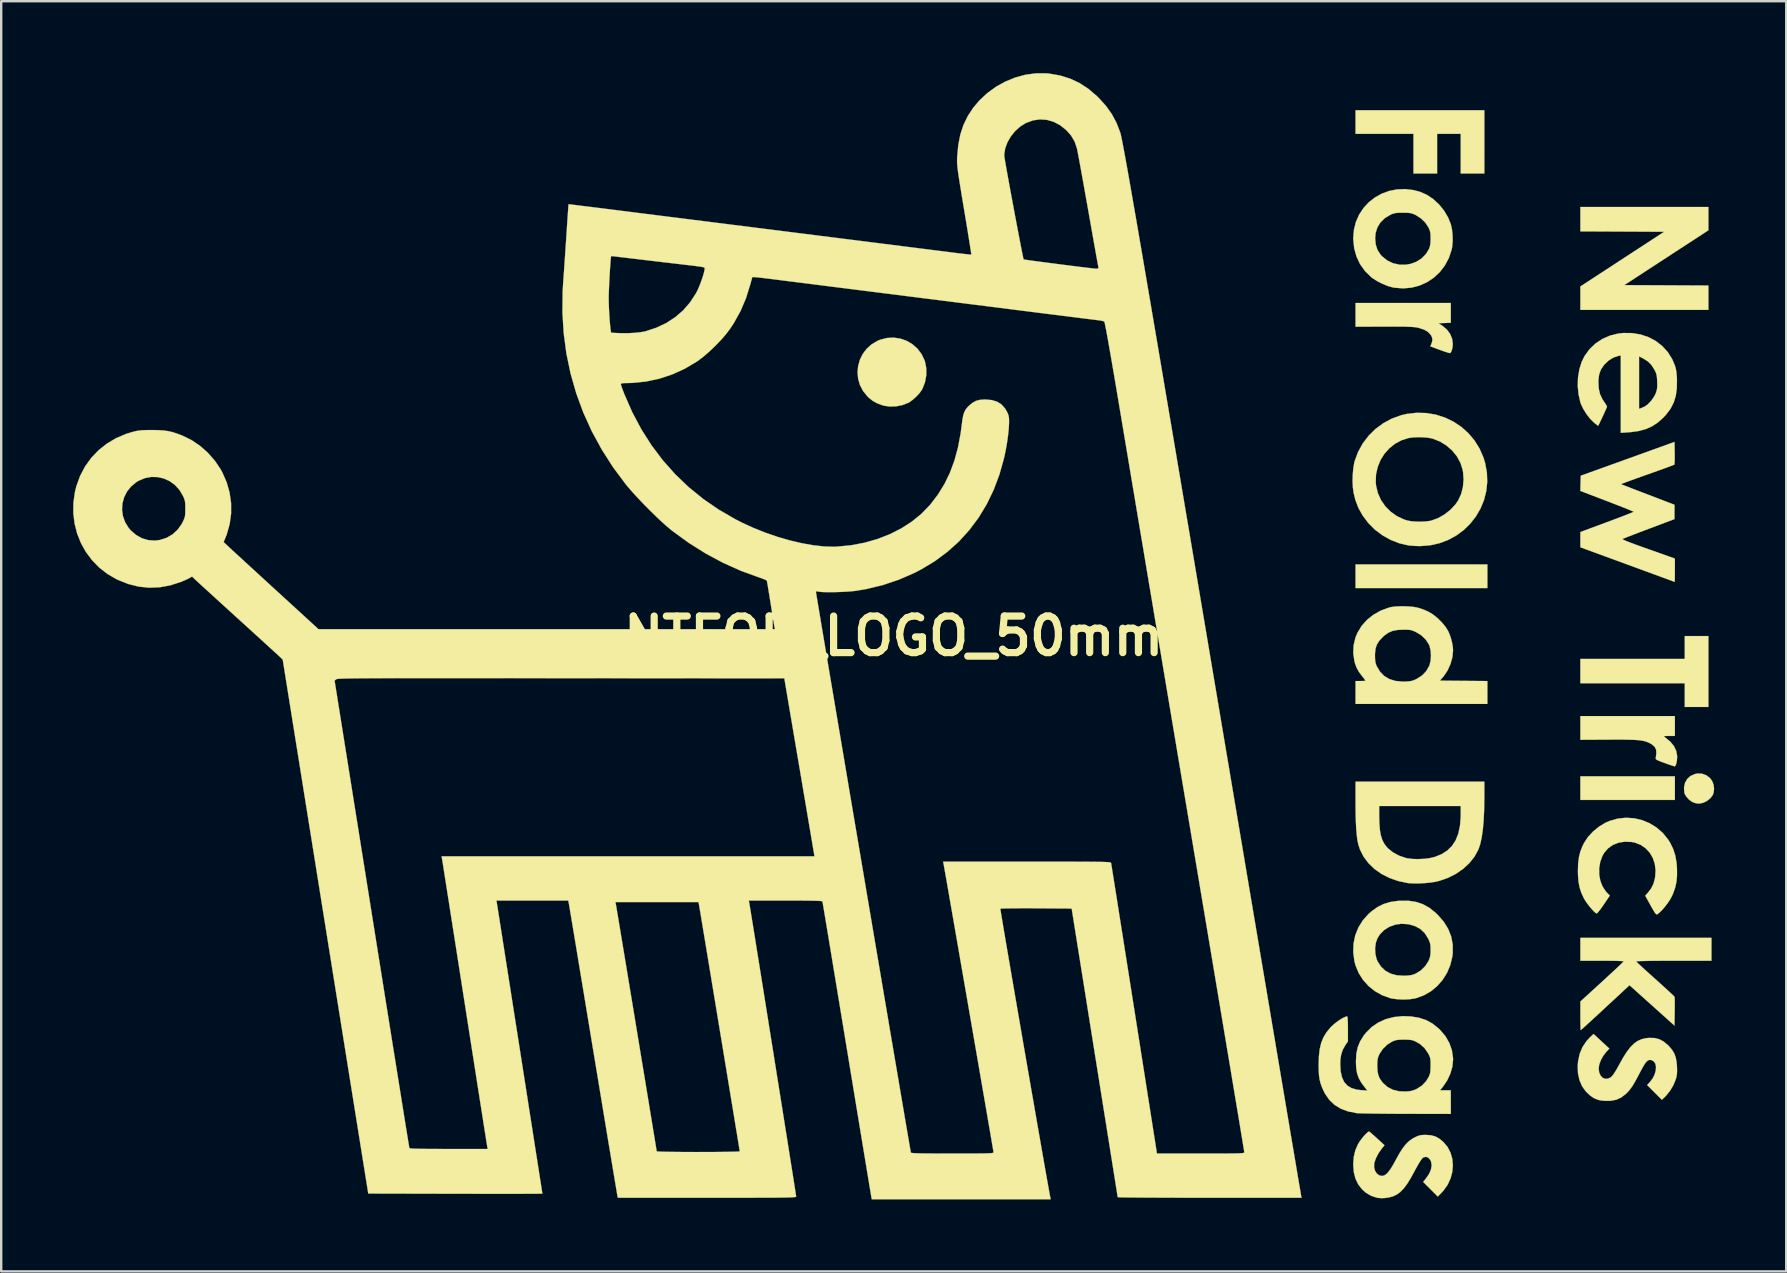
<source format=kicad_pcb>
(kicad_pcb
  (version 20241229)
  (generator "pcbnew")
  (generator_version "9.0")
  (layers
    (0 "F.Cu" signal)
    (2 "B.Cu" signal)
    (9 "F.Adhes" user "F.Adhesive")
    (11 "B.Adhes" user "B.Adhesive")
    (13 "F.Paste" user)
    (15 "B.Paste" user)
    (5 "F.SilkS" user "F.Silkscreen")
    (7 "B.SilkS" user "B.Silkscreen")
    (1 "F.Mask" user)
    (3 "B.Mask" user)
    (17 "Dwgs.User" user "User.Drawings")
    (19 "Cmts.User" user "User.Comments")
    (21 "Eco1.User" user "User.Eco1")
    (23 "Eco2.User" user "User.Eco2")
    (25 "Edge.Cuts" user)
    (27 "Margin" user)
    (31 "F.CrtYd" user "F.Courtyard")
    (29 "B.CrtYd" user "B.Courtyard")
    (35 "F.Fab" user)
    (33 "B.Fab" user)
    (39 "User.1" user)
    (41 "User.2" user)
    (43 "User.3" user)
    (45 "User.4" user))
  (footprint "NTFOD_LOGO_50mm"
    (layer "F.Cu")
    (at 34.182 23.449)
    (property "Reference" "NTFOD_LOGO_50mm" (at 0 0 0) (layer "F.SilkS") (effects (font (size 1.524 1.524) (thickness 0.3))))
    (attr through_hole)
    (fp_poly (pts (xy 24.733 -2) (xy 19.241 -2) (xy 19.241 -2.985) (xy 24.733 -2.985) (xy 24.733 -2)) (stroke (width 0.01) (type solid)) (fill yes) (layer "F.SilkS"))
    (fp_poly (pts (xy 32.544 6.826) (xy 28.607 6.826) (xy 28.607 5.842) (xy 32.544 5.842) (xy 32.544 6.826)) (stroke (width 0.01) (type solid)) (fill yes) (layer "F.SilkS"))
    (fp_poly (pts (xy 33.941 2.953) (xy 32.956 2.953) (xy 32.956 1.968) (xy 28.607 1.968) (xy 28.607 0.953) (xy 32.956 0.953) (xy 32.956 0) (xy 33.941 0) (xy 33.941 2.953)) (stroke (width 0.01) (type solid)) (fill yes) (layer "F.SilkS"))
    (fp_poly (pts (xy 24.606 -19.272) (xy 23.622 -19.272) (xy 23.622 -20.923) (xy 22.638 -20.923) (xy 22.638 -19.272) (xy 21.654 -19.272) (xy 21.654 -20.923) (xy 19.241 -20.923) (xy 19.241 -21.907) (xy 24.606 -21.907) (xy 24.606 -19.272)) (stroke (width 0.01) (type solid)) (fill yes) (layer "F.SilkS"))
    (fp_poly (pts (xy 33.941 -16.906) (xy 32.188 -15.764) (xy 30.435 -14.621) (xy 32.188 -14.613) (xy 33.941 -14.604) (xy 33.941 -13.589) (xy 28.607 -13.589) (xy 28.607 -14.565) (xy 32.098 -16.843) (xy 30.353 -16.852) (xy 28.607 -16.86) (xy 28.607 -17.875) (xy 33.941 -17.875) (xy 33.941 -16.906)) (stroke (width 0.01) (type solid)) (fill yes) (layer "F.SilkS"))
    (fp_poly (pts (xy 33.677 5.734) (xy 33.851 5.798) (xy 34.001 5.91) (xy 34.091 6.027) (xy 34.156 6.188) (xy 34.177 6.366) (xy 34.155 6.536) (xy 34.121 6.625) (xy 34.026 6.752) (xy 33.891 6.863) (xy 33.74 6.939) (xy 33.701 6.95) (xy 33.6 6.973) (xy 33.526 6.979) (xy 33.447 6.968) (xy 33.356 6.946) (xy 33.237 6.891) (xy 33.118 6.798) (xy 33.017 6.685) (xy 32.951 6.569) (xy 32.939 6.526) (xy 32.925 6.31) (xy 32.966 6.118) (xy 33.056 5.956) (xy 33.191 5.832) (xy 33.367 5.751) (xy 33.492 5.725) (xy 33.677 5.734)) (stroke (width 0.01) (type solid)) (fill yes) (layer "F.SilkS"))
    (fp_poly (pts (xy 23.209 -13.052) (xy 22.953 -13.043) (xy 22.696 -13.033) (xy 22.865 -12.922) (xy 23.045 -12.771) (xy 23.179 -12.589) (xy 23.264 -12.385) (xy 23.294 -12.171) (xy 23.271 -11.975) (xy 23.235 -11.864) (xy 23.197 -11.8) (xy 23.177 -11.789) (xy 23.131 -11.797) (xy 23.038 -11.824) (xy 22.912 -11.866) (xy 22.765 -11.918) (xy 22.744 -11.926) (xy 22.357 -12.07) (xy 22.402 -12.177) (xy 22.442 -12.313) (xy 22.433 -12.429) (xy 22.385 -12.532) (xy 22.268 -12.663) (xy 22.097 -12.766) (xy 21.873 -12.84) (xy 21.842 -12.847) (xy 21.768 -12.861) (xy 21.682 -12.872) (xy 21.578 -12.88) (xy 21.448 -12.886) (xy 21.284 -12.891) (xy 21.081 -12.893) (xy 20.831 -12.894) (xy 20.526 -12.893) (xy 20.423 -12.893) (xy 19.241 -12.888) (xy 19.241 -13.875) (xy 23.209 -13.875) (xy 23.209 -13.052)) (stroke (width 0.01) (type solid)) (fill yes) (layer "F.SilkS"))
    (fp_poly (pts (xy 0.279 -12.392) (xy 0.541 -12.3) (xy 0.78 -12.159) (xy 0.989 -11.974) (xy 1.16 -11.748) (xy 1.286 -11.485) (xy 1.305 -11.427) (xy 1.358 -11.157) (xy 1.358 -10.872) (xy 1.307 -10.589) (xy 1.207 -10.325) (xy 1.166 -10.248) (xy 1.074 -10.121) (xy 0.948 -9.984) (xy 0.806 -9.855) (xy 0.669 -9.753) (xy 0.61 -9.719) (xy 0.367 -9.624) (xy 0.102 -9.571) (xy -0.166 -9.562) (xy -0.416 -9.599) (xy -0.476 -9.617) (xy -0.695 -9.7) (xy -0.873 -9.799) (xy -1.036 -9.929) (xy -1.093 -9.984) (xy -1.276 -10.209) (xy -1.405 -10.456) (xy -1.481 -10.716) (xy -1.506 -10.984) (xy -1.482 -11.25) (xy -1.41 -11.508) (xy -1.292 -11.749) (xy -1.129 -11.966) (xy -0.924 -12.152) (xy -0.678 -12.298) (xy -0.568 -12.344) (xy -0.283 -12.418) (xy 0.002 -12.433) (xy 0.279 -12.392)) (stroke (width 0.01) (type solid)) (fill yes) (layer "F.SilkS"))
    (fp_poly (pts (xy 32.544 4.159) (xy 32.298 4.161) (xy 32.175 4.162) (xy 32.108 4.167) (xy 32.086 4.177) (xy 32.101 4.195) (xy 32.131 4.216) (xy 32.345 4.39) (xy 32.502 4.579) (xy 32.6 4.782) (xy 32.638 4.995) (xy 32.639 5.016) (xy 32.631 5.156) (xy 32.612 5.279) (xy 32.583 5.373) (xy 32.549 5.423) (xy 32.534 5.427) (xy 32.491 5.416) (xy 32.401 5.387) (xy 32.277 5.345) (xy 32.132 5.293) (xy 32.115 5.287) (xy 31.955 5.228) (xy 31.846 5.183) (xy 31.781 5.149) (xy 31.75 5.12) (xy 31.745 5.092) (xy 31.745 5.091) (xy 31.755 5.024) (xy 31.768 4.926) (xy 31.772 4.883) (xy 31.764 4.737) (xy 31.705 4.617) (xy 31.589 4.514) (xy 31.499 4.462) (xy 31.419 4.425) (xy 31.335 4.394) (xy 31.243 4.369) (xy 31.134 4.349) (xy 31.002 4.334) (xy 30.841 4.324) (xy 30.643 4.318) (xy 30.402 4.314) (xy 30.11 4.314) (xy 29.774 4.315) (xy 28.607 4.321) (xy 28.607 3.334) (xy 32.544 3.334) (xy 32.544 4.159)) (stroke (width 0.01) (type solid)) (fill yes) (layer "F.SilkS"))
    (fp_poly (pts (xy 24.606 6.707) (xy 24.599 7.222) (xy 24.578 7.675) (xy 24.543 8.069) (xy 24.494 8.404) (xy 24.431 8.682) (xy 24.356 8.898) (xy 24.197 9.188) (xy 23.985 9.456) (xy 23.725 9.696) (xy 23.426 9.903) (xy 23.095 10.071) (xy 22.738 10.196) (xy 22.561 10.238) (xy 22.372 10.268) (xy 22.15 10.29) (xy 21.916 10.303) (xy 21.69 10.305) (xy 21.496 10.297) (xy 21.414 10.288) (xy 21.021 10.206) (xy 20.656 10.079) (xy 20.325 9.911) (xy 20.031 9.704) (xy 19.78 9.463) (xy 19.576 9.192) (xy 19.425 8.894) (xy 19.355 8.679) (xy 19.318 8.504) (xy 19.29 8.282) (xy 19.268 8.011) (xy 19.252 7.687) (xy 19.243 7.306) (xy 19.242 7.08) (xy 20.225 7.08) (xy 20.225 7.485) (xy 20.233 7.808) (xy 20.255 8.077) (xy 20.294 8.301) (xy 20.354 8.488) (xy 20.435 8.648) (xy 20.54 8.788) (xy 20.591 8.842) (xy 20.804 9.014) (xy 21.058 9.15) (xy 21.34 9.245) (xy 21.393 9.257) (xy 21.598 9.284) (xy 21.838 9.292) (xy 22.088 9.281) (xy 22.325 9.252) (xy 22.524 9.207) (xy 22.527 9.207) (xy 22.816 9.091) (xy 23.059 8.938) (xy 23.256 8.746) (xy 23.41 8.511) (xy 23.521 8.233) (xy 23.591 7.908) (xy 23.621 7.536) (xy 23.622 7.431) (xy 23.622 7.08) (xy 20.225 7.08) (xy 19.242 7.08) (xy 19.241 6.914) (xy 19.241 6.064) (xy 24.606 6.064) (xy 24.606 6.707)) (stroke (width 0.01) (type solid)) (fill yes) (layer "F.SilkS"))
    (fp_poly (pts (xy 34.068 13.525) (xy 32.493 13.525) (xy 32.155 13.526) (xy 31.848 13.528) (xy 31.577 13.53) (xy 31.348 13.534) (xy 31.163 13.538) (xy 31.029 13.543) (xy 30.95 13.549) (xy 30.93 13.554) (xy 30.955 13.581) (xy 31.022 13.646) (xy 31.126 13.742) (xy 31.26 13.865) (xy 31.419 14.01) (xy 31.598 14.171) (xy 31.729 14.288) (xy 31.918 14.458) (xy 32.091 14.615) (xy 32.243 14.755) (xy 32.369 14.871) (xy 32.463 14.96) (xy 32.518 15.015) (xy 32.531 15.031) (xy 32.535 15.073) (xy 32.538 15.168) (xy 32.539 15.305) (xy 32.538 15.473) (xy 32.537 15.647) (xy 32.528 16.227) (xy 31.591 15.387) (xy 30.655 14.546) (xy 30.559 14.634) (xy 30.515 14.675) (xy 30.43 14.753) (xy 30.31 14.865) (xy 30.16 15.004) (xy 29.987 15.165) (xy 29.795 15.342) (xy 29.591 15.531) (xy 29.552 15.568) (xy 29.35 15.755) (xy 29.163 15.927) (xy 28.996 16.081) (xy 28.854 16.211) (xy 28.741 16.313) (xy 28.663 16.382) (xy 28.626 16.413) (xy 28.623 16.415) (xy 28.618 16.385) (xy 28.614 16.301) (xy 28.61 16.173) (xy 28.608 16.011) (xy 28.607 15.826) (xy 28.607 15.819) (xy 28.608 15.224) (xy 29.51 14.399) (xy 29.711 14.214) (xy 29.896 14.043) (xy 30.061 13.89) (xy 30.2 13.759) (xy 30.309 13.656) (xy 30.381 13.585) (xy 30.413 13.551) (xy 30.414 13.549) (xy 30.384 13.543) (xy 30.299 13.538) (xy 30.166 13.533) (xy 29.993 13.529) (xy 29.789 13.527) (xy 29.561 13.526) (xy 29.512 13.525) (xy 28.607 13.525) (xy 28.607 12.573) (xy 34.068 12.573) (xy 34.068 13.525)) (stroke (width 0.01) (type solid)) (fill yes) (layer "F.SilkS"))
    (fp_poly (pts (xy 21.454 11.029) (xy 21.769 11.077) (xy 22.056 11.175) (xy 22.323 11.325) (xy 22.58 11.531) (xy 22.67 11.618) (xy 22.918 11.905) (xy 23.103 12.206) (xy 23.227 12.522) (xy 23.289 12.854) (xy 23.29 13.202) (xy 23.273 13.351) (xy 23.19 13.699) (xy 23.055 14.024) (xy 22.872 14.318) (xy 22.647 14.577) (xy 22.385 14.795) (xy 22.091 14.965) (xy 21.77 15.082) (xy 21.717 15.095) (xy 21.497 15.13) (xy 21.245 15.142) (xy 20.988 15.131) (xy 20.754 15.099) (xy 20.68 15.082) (xy 20.352 14.964) (xy 20.05 14.795) (xy 19.782 14.58) (xy 19.554 14.325) (xy 19.371 14.038) (xy 19.241 13.723) (xy 19.193 13.541) (xy 19.145 13.17) (xy 19.151 13.007) (xy 20.055 13.007) (xy 20.066 13.236) (xy 20.116 13.451) (xy 20.159 13.553) (xy 20.304 13.775) (xy 20.486 13.945) (xy 20.705 14.064) (xy 20.963 14.133) (xy 21.258 14.151) (xy 21.273 14.151) (xy 21.436 14.142) (xy 21.559 14.126) (xy 21.663 14.097) (xy 21.749 14.061) (xy 21.96 13.931) (xy 22.14 13.755) (xy 22.274 13.55) (xy 22.283 13.53) (xy 22.328 13.422) (xy 22.353 13.32) (xy 22.365 13.199) (xy 22.367 13.08) (xy 22.365 12.937) (xy 22.353 12.832) (xy 22.327 12.739) (xy 22.28 12.632) (xy 22.263 12.597) (xy 22.125 12.379) (xy 21.949 12.21) (xy 21.732 12.088) (xy 21.471 12.011) (xy 21.418 12.002) (xy 21.145 11.986) (xy 20.884 12.025) (xy 20.643 12.114) (xy 20.431 12.249) (xy 20.256 12.426) (xy 20.152 12.59) (xy 20.084 12.784) (xy 20.055 13.007) (xy 19.151 13.007) (xy 19.158 12.81) (xy 19.229 12.466) (xy 19.358 12.143) (xy 19.543 11.845) (xy 19.781 11.577) (xy 19.916 11.46) (xy 20.161 11.286) (xy 20.413 11.161) (xy 20.684 11.079) (xy 20.992 11.034) (xy 21.101 11.027) (xy 21.454 11.029)) (stroke (width 0.01) (type solid)) (fill yes) (layer "F.SilkS"))
    (fp_poly (pts (xy 30.849 7.591) (xy 31.179 7.668) (xy 31.493 7.798) (xy 31.783 7.977) (xy 32.042 8.203) (xy 32.262 8.475) (xy 32.349 8.613) (xy 32.476 8.874) (xy 32.563 9.147) (xy 32.615 9.449) (xy 32.632 9.688) (xy 32.633 9.989) (xy 32.608 10.251) (xy 32.554 10.492) (xy 32.467 10.732) (xy 32.413 10.851) (xy 32.336 10.989) (xy 32.235 11.139) (xy 32.12 11.288) (xy 32.003 11.423) (xy 31.894 11.529) (xy 31.81 11.591) (xy 31.784 11.596) (xy 31.755 11.578) (xy 31.716 11.531) (xy 31.662 11.447) (xy 31.587 11.318) (xy 31.532 11.218) (xy 31.31 10.816) (xy 31.433 10.676) (xy 31.564 10.502) (xy 31.653 10.316) (xy 31.712 10.097) (xy 31.722 10.041) (xy 31.741 9.755) (xy 31.707 9.486) (xy 31.623 9.239) (xy 31.494 9.021) (xy 31.325 8.839) (xy 31.118 8.698) (xy 30.88 8.605) (xy 30.742 8.578) (xy 30.458 8.566) (xy 30.196 8.608) (xy 29.961 8.702) (xy 29.761 8.843) (xy 29.599 9.031) (xy 29.528 9.153) (xy 29.435 9.405) (xy 29.39 9.671) (xy 29.392 9.939) (xy 29.439 10.197) (xy 29.532 10.434) (xy 29.667 10.638) (xy 29.714 10.689) (xy 29.834 10.811) (xy 29.581 11.184) (xy 29.488 11.318) (xy 29.404 11.43) (xy 29.337 11.512) (xy 29.295 11.554) (xy 29.288 11.557) (xy 29.24 11.532) (xy 29.166 11.466) (xy 29.076 11.37) (xy 28.98 11.254) (xy 28.886 11.131) (xy 28.803 11.01) (xy 28.752 10.923) (xy 28.648 10.698) (xy 28.575 10.472) (xy 28.529 10.23) (xy 28.508 9.954) (xy 28.505 9.779) (xy 28.514 9.479) (xy 28.546 9.222) (xy 28.602 8.99) (xy 28.688 8.767) (xy 28.757 8.626) (xy 28.918 8.378) (xy 29.13 8.147) (xy 29.377 7.943) (xy 29.648 7.778) (xy 29.826 7.7) (xy 30.165 7.604) (xy 30.508 7.569) (xy 30.849 7.591)) (stroke (width 0.01) (type solid)) (fill yes) (layer "F.SilkS"))
    (fp_poly (pts (xy 21.656 -18.58) (xy 21.929 -18.508) (xy 22.214 -18.382) (xy 22.481 -18.202) (xy 22.724 -17.977) (xy 22.934 -17.716) (xy 23.102 -17.428) (xy 23.214 -17.145) (xy 23.259 -16.937) (xy 23.284 -16.696) (xy 23.287 -16.447) (xy 23.267 -16.216) (xy 23.244 -16.097) (xy 23.128 -15.751) (xy 22.962 -15.439) (xy 22.752 -15.165) (xy 22.503 -14.932) (xy 22.221 -14.744) (xy 21.912 -14.605) (xy 21.58 -14.517) (xy 21.232 -14.485) (xy 20.872 -14.512) (xy 20.786 -14.527) (xy 20.587 -14.583) (xy 20.367 -14.672) (xy 20.15 -14.782) (xy 19.96 -14.902) (xy 19.891 -14.955) (xy 19.633 -15.209) (xy 19.428 -15.497) (xy 19.278 -15.816) (xy 19.183 -16.162) (xy 19.146 -16.532) (xy 19.145 -16.576) (xy 20.058 -16.576) (xy 20.081 -16.317) (xy 20.152 -16.093) (xy 20.276 -15.898) (xy 20.351 -15.816) (xy 20.563 -15.647) (xy 20.804 -15.532) (xy 21.067 -15.474) (xy 21.346 -15.474) (xy 21.531 -15.505) (xy 21.776 -15.594) (xy 21.992 -15.733) (xy 22.171 -15.914) (xy 22.299 -16.125) (xy 22.336 -16.224) (xy 22.357 -16.334) (xy 22.366 -16.478) (xy 22.367 -16.558) (xy 22.365 -16.706) (xy 22.354 -16.814) (xy 22.332 -16.903) (xy 22.292 -16.997) (xy 22.28 -17.022) (xy 22.148 -17.223) (xy 21.968 -17.399) (xy 21.753 -17.538) (xy 21.723 -17.553) (xy 21.631 -17.592) (xy 21.548 -17.617) (xy 21.453 -17.631) (xy 21.328 -17.636) (xy 21.209 -17.637) (xy 21.05 -17.635) (xy 20.935 -17.628) (xy 20.846 -17.611) (xy 20.762 -17.582) (xy 20.695 -17.553) (xy 20.462 -17.413) (xy 20.28 -17.236) (xy 20.151 -17.027) (xy 20.076 -16.787) (xy 20.058 -16.576) (xy 19.145 -16.576) (xy 19.145 -16.583) (xy 19.175 -16.934) (xy 19.259 -17.263) (xy 19.394 -17.564) (xy 19.573 -17.835) (xy 19.792 -18.072) (xy 20.046 -18.271) (xy 20.33 -18.43) (xy 20.638 -18.543) (xy 20.965 -18.608) (xy 21.306 -18.622) (xy 21.656 -18.58)) (stroke (width 0.01) (type solid)) (fill yes) (layer "F.SilkS"))
    (fp_poly (pts (xy 32.537 -7.626) (xy 32.538 -7.461) (xy 32.536 -7.319) (xy 32.532 -7.211) (xy 32.524 -7.151) (xy 32.521 -7.142) (xy 32.486 -7.127) (xy 32.398 -7.093) (xy 32.264 -7.043) (xy 32.091 -6.979) (xy 31.885 -6.905) (xy 31.652 -6.822) (xy 31.401 -6.733) (xy 31.392 -6.73) (xy 31.143 -6.641) (xy 30.913 -6.559) (xy 30.71 -6.486) (xy 30.541 -6.424) (xy 30.412 -6.376) (xy 30.329 -6.344) (xy 30.299 -6.33) (xy 30.299 -6.33) (xy 30.33 -6.316) (xy 30.414 -6.283) (xy 30.544 -6.232) (xy 30.713 -6.166) (xy 30.916 -6.088) (xy 31.145 -6) (xy 31.394 -5.905) (xy 31.419 -5.895) (xy 32.528 -5.47) (xy 32.528 -4.874) (xy 31.468 -4.474) (xy 31.222 -4.381) (xy 30.993 -4.294) (xy 30.789 -4.215) (xy 30.617 -4.148) (xy 30.484 -4.096) (xy 30.397 -4.061) (xy 30.364 -4.045) (xy 30.374 -4.029) (xy 30.432 -3.998) (xy 30.541 -3.951) (xy 30.702 -3.888) (xy 30.918 -3.807) (xy 31.19 -3.709) (xy 31.432 -3.623) (xy 32.544 -3.229) (xy 32.544 -2.742) (xy 32.543 -2.574) (xy 32.542 -2.432) (xy 32.54 -2.326) (xy 32.537 -2.267) (xy 32.536 -2.258) (xy 32.505 -2.269) (xy 32.42 -2.3) (xy 32.286 -2.35) (xy 32.106 -2.416) (xy 31.887 -2.496) (xy 31.632 -2.59) (xy 31.348 -2.694) (xy 31.039 -2.807) (xy 30.71 -2.928) (xy 30.568 -2.98) (xy 28.607 -3.699) (xy 28.607 -4.334) (xy 29.718 -4.747) (xy 29.969 -4.84) (xy 30.2 -4.927) (xy 30.404 -5.005) (xy 30.576 -5.072) (xy 30.709 -5.125) (xy 30.795 -5.161) (xy 30.829 -5.177) (xy 30.829 -5.178) (xy 30.801 -5.193) (xy 30.719 -5.228) (xy 30.591 -5.281) (xy 30.424 -5.348) (xy 30.222 -5.427) (xy 29.994 -5.516) (xy 29.746 -5.612) (xy 29.718 -5.622) (xy 28.606 -6.048) (xy 28.614 -6.364) (xy 28.623 -6.68) (xy 30.575 -7.384) (xy 32.528 -8.088) (xy 32.537 -7.626)) (stroke (width 0.01) (type solid)) (fill yes) (layer "F.SilkS"))
    (fp_poly (pts (xy 29.814 17.185) (xy 29.684 17.325) (xy 29.562 17.484) (xy 29.463 17.662) (xy 29.395 17.842) (xy 29.369 18.003) (xy 29.369 18.012) (xy 29.39 18.179) (xy 29.448 18.31) (xy 29.535 18.401) (xy 29.642 18.445) (xy 29.762 18.438) (xy 29.885 18.374) (xy 29.902 18.359) (xy 29.958 18.295) (xy 30.034 18.186) (xy 30.121 18.043) (xy 30.212 17.879) (xy 30.214 17.875) (xy 30.383 17.57) (xy 30.541 17.322) (xy 30.693 17.124) (xy 30.844 16.973) (xy 31 16.864) (xy 31.167 16.792) (xy 31.349 16.751) (xy 31.464 16.74) (xy 31.694 16.745) (xy 31.894 16.795) (xy 32.079 16.894) (xy 32.262 17.048) (xy 32.277 17.063) (xy 32.417 17.222) (xy 32.517 17.383) (xy 32.582 17.563) (xy 32.619 17.778) (xy 32.632 17.945) (xy 32.636 18.115) (xy 32.629 18.246) (xy 32.609 18.365) (xy 32.58 18.47) (xy 32.483 18.708) (xy 32.343 18.943) (xy 32.176 19.15) (xy 32.134 19.192) (xy 32.003 19.318) (xy 31.39 18.705) (xy 31.51 18.572) (xy 31.623 18.421) (xy 31.702 18.26) (xy 31.747 18.1) (xy 31.758 17.95) (xy 31.733 17.822) (xy 31.672 17.724) (xy 31.575 17.666) (xy 31.566 17.664) (xy 31.496 17.656) (xy 31.432 17.673) (xy 31.368 17.723) (xy 31.298 17.811) (xy 31.217 17.944) (xy 31.117 18.128) (xy 31.099 18.163) (xy 30.977 18.396) (xy 30.874 18.582) (xy 30.786 18.729) (xy 30.704 18.847) (xy 30.625 18.947) (xy 30.539 19.037) (xy 30.502 19.073) (xy 30.311 19.221) (xy 30.105 19.316) (xy 29.87 19.36) (xy 29.725 19.365) (xy 29.585 19.359) (xy 29.45 19.343) (xy 29.349 19.322) (xy 29.347 19.322) (xy 29.175 19.251) (xy 29.017 19.145) (xy 28.857 18.994) (xy 28.833 18.969) (xy 28.679 18.755) (xy 28.57 18.502) (xy 28.508 18.219) (xy 28.495 17.912) (xy 28.512 17.712) (xy 28.581 17.397) (xy 28.697 17.119) (xy 28.864 16.871) (xy 29.008 16.717) (xy 29.156 16.576) (xy 29.814 17.185)) (stroke (width 0.01) (type solid)) (fill yes) (layer "F.SilkS"))
    (fp_poly (pts (xy 19.842 20.667) (xy 19.913 20.726) (xy 20.011 20.813) (xy 20.126 20.917) (xy 20.143 20.933) (xy 20.446 21.212) (xy 20.315 21.377) (xy 20.189 21.56) (xy 20.089 21.754) (xy 20.026 21.936) (xy 20.018 21.974) (xy 20.013 22.129) (xy 20.05 22.271) (xy 20.123 22.387) (xy 20.222 22.464) (xy 20.337 22.492) (xy 20.424 22.476) (xy 20.51 22.425) (xy 20.602 22.334) (xy 20.702 22.198) (xy 20.815 22.011) (xy 20.925 21.808) (xy 21.072 21.544) (xy 21.208 21.333) (xy 21.34 21.166) (xy 21.475 21.035) (xy 21.62 20.933) (xy 21.71 20.885) (xy 21.83 20.83) (xy 21.928 20.799) (xy 22.032 20.785) (xy 22.171 20.782) (xy 22.177 20.782) (xy 22.39 20.798) (xy 22.57 20.848) (xy 22.734 20.94) (xy 22.902 21.08) (xy 23.075 21.285) (xy 23.197 21.52) (xy 23.271 21.778) (xy 23.295 22.049) (xy 23.271 22.326) (xy 23.198 22.598) (xy 23.077 22.859) (xy 22.907 23.099) (xy 22.839 23.174) (xy 22.668 23.35) (xy 22.363 23.045) (xy 22.057 22.739) (xy 22.172 22.599) (xy 22.304 22.407) (xy 22.385 22.219) (xy 22.412 22.043) (xy 22.385 21.886) (xy 22.353 21.821) (xy 22.269 21.728) (xy 22.172 21.694) (xy 22.069 21.72) (xy 22.04 21.739) (xy 21.993 21.791) (xy 21.925 21.892) (xy 21.84 22.033) (xy 21.743 22.206) (xy 21.701 22.286) (xy 21.539 22.582) (xy 21.391 22.822) (xy 21.248 23.013) (xy 21.106 23.159) (xy 20.958 23.267) (xy 20.799 23.342) (xy 20.621 23.39) (xy 20.447 23.413) (xy 20.316 23.416) (xy 20.183 23.407) (xy 20.131 23.399) (xy 19.894 23.32) (xy 19.674 23.192) (xy 19.517 23.055) (xy 19.353 22.843) (xy 19.239 22.609) (xy 19.17 22.343) (xy 19.145 22.038) (xy 19.145 22.003) (xy 19.167 21.695) (xy 19.234 21.418) (xy 19.343 21.168) (xy 19.407 21.064) (xy 19.488 20.952) (xy 19.577 20.842) (xy 19.665 20.747) (xy 19.74 20.676) (xy 19.794 20.642) (xy 19.807 20.642) (xy 19.842 20.667)) (stroke (width 0.01) (type solid)) (fill yes) (layer "F.SilkS"))
    (fp_poly (pts (xy 21.462 -1.233) (xy 21.651 -1.216) (xy 21.799 -1.191) (xy 21.94 -1.151) (xy 22.102 -1.092) (xy 22.251 -1.028) (xy 22.256 -1.026) (xy 22.454 -0.909) (xy 22.655 -0.75) (xy 22.842 -0.565) (xy 23.001 -0.369) (xy 23.109 -0.191) (xy 23.191 0.012) (xy 23.255 0.238) (xy 23.294 0.46) (xy 23.303 0.603) (xy 23.275 0.883) (xy 23.195 1.168) (xy 23.071 1.44) (xy 22.909 1.678) (xy 22.888 1.703) (xy 22.754 1.857) (xy 23.744 1.866) (xy 24.733 1.874) (xy 24.733 2.826) (xy 19.241 2.826) (xy 19.241 1.873) (xy 19.447 1.873) (xy 19.552 1.871) (xy 19.626 1.865) (xy 19.653 1.857) (xy 19.635 1.826) (xy 19.586 1.76) (xy 19.517 1.673) (xy 19.51 1.665) (xy 19.377 1.486) (xy 19.284 1.317) (xy 19.217 1.134) (xy 19.193 1.041) (xy 19.16 0.81) (xy 20.05 0.81) (xy 20.054 0.97) (xy 20.068 1.088) (xy 20.095 1.186) (xy 20.121 1.249) (xy 20.257 1.479) (xy 20.431 1.659) (xy 20.643 1.788) (xy 20.893 1.867) (xy 21.183 1.897) (xy 21.275 1.896) (xy 21.428 1.889) (xy 21.541 1.876) (xy 21.636 1.851) (xy 21.736 1.81) (xy 21.789 1.784) (xy 22.011 1.642) (xy 22.185 1.461) (xy 22.309 1.244) (xy 22.322 1.211) (xy 22.368 1.026) (xy 22.383 0.816) (xy 22.369 0.605) (xy 22.325 0.417) (xy 22.294 0.343) (xy 22.159 0.137) (xy 21.973 -0.038) (xy 21.754 -0.169) (xy 21.649 -0.216) (xy 21.563 -0.245) (xy 21.473 -0.261) (xy 21.358 -0.266) (xy 21.225 -0.267) (xy 20.982 -0.254) (xy 20.784 -0.215) (xy 20.614 -0.144) (xy 20.457 -0.035) (xy 20.365 0.049) (xy 20.223 0.204) (xy 20.129 0.355) (xy 20.075 0.519) (xy 20.052 0.717) (xy 20.05 0.81) (xy 19.16 0.81) (xy 19.146 0.707) (xy 19.161 0.378) (xy 19.239 0.058) (xy 19.323 -0.143) (xy 19.494 -0.424) (xy 19.716 -0.673) (xy 19.981 -0.886) (xy 20.282 -1.057) (xy 20.611 -1.179) (xy 20.727 -1.209) (xy 20.867 -1.229) (xy 21.05 -1.24) (xy 21.255 -1.241) (xy 21.462 -1.233)) (stroke (width 0.01) (type solid)) (fill yes) (layer "F.SilkS"))
    (fp_poly (pts (xy 30.766 -12.622) (xy 31.122 -12.563) (xy 31.453 -12.451) (xy 31.754 -12.289) (xy 32.021 -12.081) (xy 32.249 -11.83) (xy 32.432 -11.539) (xy 32.546 -11.271) (xy 32.583 -11.141) (xy 32.609 -10.996) (xy 32.625 -10.817) (xy 32.631 -10.684) (xy 32.626 -10.327) (xy 32.583 -10.013) (xy 32.497 -9.732) (xy 32.365 -9.474) (xy 32.183 -9.231) (xy 32.055 -9.093) (xy 31.83 -8.893) (xy 31.594 -8.739) (xy 31.337 -8.624) (xy 31.048 -8.545) (xy 30.714 -8.498) (xy 30.599 -8.489) (xy 30.29 -8.468) (xy 30.29 -9.463) (xy 31.052 -9.463) (xy 31.131 -9.493) (xy 31.22 -9.531) (xy 31.302 -9.571) (xy 31.409 -9.648) (xy 31.524 -9.766) (xy 31.633 -9.906) (xy 31.719 -10.05) (xy 31.751 -10.122) (xy 31.785 -10.225) (xy 31.804 -10.324) (xy 31.811 -10.442) (xy 31.807 -10.6) (xy 31.807 -10.604) (xy 31.799 -10.755) (xy 31.785 -10.865) (xy 31.759 -10.955) (xy 31.718 -11.049) (xy 31.688 -11.106) (xy 31.565 -11.297) (xy 31.417 -11.444) (xy 31.226 -11.565) (xy 31.209 -11.573) (xy 31.052 -11.653) (xy 31.052 -9.463) (xy 30.29 -9.463) (xy 30.29 -11.692) (xy 30.187 -11.671) (xy 29.979 -11.6) (xy 29.782 -11.478) (xy 29.61 -11.316) (xy 29.478 -11.128) (xy 29.431 -11.026) (xy 29.386 -10.874) (xy 29.363 -10.704) (xy 29.358 -10.573) (xy 29.373 -10.31) (xy 29.425 -10.083) (xy 29.521 -9.875) (xy 29.59 -9.769) (xy 29.654 -9.674) (xy 29.699 -9.6) (xy 29.718 -9.561) (xy 29.718 -9.56) (xy 29.705 -9.525) (xy 29.671 -9.446) (xy 29.622 -9.335) (xy 29.564 -9.208) (xy 29.502 -9.076) (xy 29.444 -8.952) (xy 29.395 -8.851) (xy 29.361 -8.785) (xy 29.35 -8.766) (xy 29.323 -8.779) (xy 29.26 -8.825) (xy 29.175 -8.893) (xy 29.165 -8.903) (xy 29.009 -9.059) (xy 28.859 -9.253) (xy 28.729 -9.462) (xy 28.632 -9.666) (xy 28.607 -9.736) (xy 28.53 -10.075) (xy 28.497 -10.425) (xy 28.509 -10.776) (xy 28.565 -11.114) (xy 28.663 -11.426) (xy 28.782 -11.668) (xy 28.987 -11.95) (xy 29.235 -12.187) (xy 29.52 -12.377) (xy 29.838 -12.517) (xy 30.182 -12.602) (xy 30.39 -12.626) (xy 30.766 -12.622)) (stroke (width 0.01) (type solid)) (fill yes) (layer "F.SilkS"))
    (fp_poly (pts (xy 22.192 -9.291) (xy 22.588 -9.224) (xy 22.966 -9.103) (xy 23.321 -8.932) (xy 23.647 -8.715) (xy 23.94 -8.453) (xy 24.195 -8.151) (xy 24.407 -7.811) (xy 24.57 -7.437) (xy 24.638 -7.214) (xy 24.713 -6.812) (xy 24.727 -6.417) (xy 24.685 -6.032) (xy 24.591 -5.663) (xy 24.447 -5.313) (xy 24.257 -4.987) (xy 24.025 -4.689) (xy 23.755 -4.424) (xy 23.45 -4.197) (xy 23.113 -4.011) (xy 22.749 -3.872) (xy 22.36 -3.783) (xy 21.95 -3.75) (xy 21.88 -3.75) (xy 21.728 -3.755) (xy 21.578 -3.765) (xy 21.457 -3.776) (xy 21.441 -3.778) (xy 21.071 -3.863) (xy 20.707 -4.005) (xy 20.363 -4.197) (xy 20.048 -4.433) (xy 19.775 -4.707) (xy 19.768 -4.715) (xy 19.538 -5.02) (xy 19.363 -5.333) (xy 19.234 -5.67) (xy 19.159 -5.972) (xy 19.129 -6.192) (xy 19.119 -6.417) (xy 20.082 -6.417) (xy 20.096 -6.267) (xy 20.17 -5.957) (xy 20.3 -5.668) (xy 20.48 -5.407) (xy 20.704 -5.181) (xy 20.966 -4.995) (xy 21.26 -4.858) (xy 21.403 -4.813) (xy 21.559 -4.784) (xy 21.753 -4.769) (xy 21.965 -4.766) (xy 22.169 -4.776) (xy 22.344 -4.799) (xy 22.398 -4.811) (xy 22.678 -4.913) (xy 22.948 -5.068) (xy 23.196 -5.263) (xy 23.405 -5.488) (xy 23.518 -5.654) (xy 23.639 -5.916) (xy 23.714 -6.21) (xy 23.742 -6.521) (xy 23.72 -6.833) (xy 23.702 -6.93) (xy 23.61 -7.219) (xy 23.462 -7.489) (xy 23.266 -7.731) (xy 23.029 -7.938) (xy 22.759 -8.104) (xy 22.462 -8.222) (xy 22.401 -8.238) (xy 22.241 -8.266) (xy 22.043 -8.282) (xy 21.831 -8.285) (xy 21.628 -8.275) (xy 21.458 -8.252) (xy 21.457 -8.252) (xy 21.158 -8.159) (xy 20.887 -8.014) (xy 20.646 -7.822) (xy 20.442 -7.592) (xy 20.279 -7.329) (xy 20.162 -7.041) (xy 20.094 -6.735) (xy 20.082 -6.417) (xy 19.119 -6.417) (xy 19.117 -6.449) (xy 19.124 -6.719) (xy 19.147 -6.982) (xy 19.186 -7.215) (xy 19.207 -7.297) (xy 19.348 -7.676) (xy 19.542 -8.027) (xy 19.785 -8.346) (xy 20.071 -8.628) (xy 20.395 -8.867) (xy 20.75 -9.058) (xy 21.131 -9.197) (xy 21.366 -9.253) (xy 21.783 -9.302) (xy 22.192 -9.291)) (stroke (width 0.01) (type solid)) (fill yes) (layer "F.SilkS"))
    (fp_poly (pts (xy 21.548 15.846) (xy 21.886 15.901) (xy 22.185 16) (xy 22.456 16.15) (xy 22.709 16.355) (xy 22.767 16.411) (xy 22.987 16.672) (xy 23.15 16.957) (xy 23.256 17.261) (xy 23.302 17.578) (xy 23.303 17.653) (xy 23.274 17.938) (xy 23.191 18.229) (xy 23.059 18.512) (xy 22.894 18.758) (xy 22.763 18.923) (xy 23.209 18.923) (xy 23.209 19.907) (xy 21.344 19.903) (xy 20.999 19.902) (xy 20.668 19.9) (xy 20.357 19.897) (xy 20.072 19.894) (xy 19.821 19.89) (xy 19.609 19.886) (xy 19.442 19.882) (xy 19.328 19.877) (xy 19.278 19.873) (xy 18.93 19.803) (xy 18.627 19.69) (xy 18.368 19.532) (xy 18.152 19.328) (xy 17.977 19.078) (xy 17.929 18.986) (xy 17.845 18.804) (xy 17.784 18.638) (xy 17.743 18.473) (xy 17.718 18.292) (xy 17.706 18.079) (xy 17.703 17.843) (xy 17.715 17.498) (xy 17.749 17.202) (xy 17.811 16.946) (xy 17.902 16.72) (xy 18.026 16.514) (xy 18.187 16.316) (xy 18.212 16.289) (xy 18.321 16.186) (xy 18.45 16.082) (xy 18.586 15.987) (xy 18.714 15.91) (xy 18.822 15.859) (xy 18.888 15.843) (xy 18.903 15.87) (xy 18.913 15.951) (xy 18.92 16.09) (xy 18.923 16.289) (xy 18.923 16.364) (xy 18.923 16.885) (xy 18.812 17.049) (xy 18.71 17.23) (xy 18.644 17.422) (xy 18.61 17.642) (xy 18.603 17.835) (xy 18.62 18.132) (xy 18.674 18.378) (xy 18.765 18.575) (xy 18.897 18.725) (xy 19.07 18.831) (xy 19.286 18.895) (xy 19.461 18.916) (xy 19.733 18.933) (xy 19.62 18.793) (xy 19.474 18.595) (xy 19.371 18.408) (xy 19.304 18.214) (xy 19.268 17.996) (xy 19.264 17.907) (xy 20.145 17.907) (xy 20.156 18.122) (xy 20.19 18.294) (xy 20.255 18.442) (xy 20.356 18.585) (xy 20.383 18.616) (xy 20.572 18.785) (xy 20.796 18.901) (xy 21.054 18.964) (xy 21.33 18.974) (xy 21.487 18.962) (xy 21.609 18.938) (xy 21.726 18.895) (xy 21.797 18.862) (xy 22.011 18.724) (xy 22.183 18.541) (xy 22.294 18.356) (xy 22.329 18.273) (xy 22.351 18.186) (xy 22.362 18.078) (xy 22.367 17.929) (xy 22.367 17.891) (xy 22.366 17.742) (xy 22.36 17.637) (xy 22.344 17.556) (xy 22.314 17.479) (xy 22.266 17.386) (xy 22.259 17.373) (xy 22.11 17.159) (xy 21.919 16.99) (xy 21.73 16.884) (xy 21.642 16.848) (xy 21.552 16.827) (xy 21.44 16.815) (xy 21.287 16.812) (xy 21.257 16.812) (xy 21.099 16.814) (xy 20.985 16.824) (xy 20.894 16.843) (xy 20.807 16.875) (xy 20.765 16.894) (xy 20.56 17.022) (xy 20.381 17.196) (xy 20.244 17.398) (xy 20.228 17.431) (xy 20.187 17.526) (xy 20.162 17.616) (xy 20.15 17.721) (xy 20.146 17.863) (xy 20.145 17.907) (xy 19.264 17.907) (xy 19.257 17.735) (xy 19.257 17.716) (xy 19.274 17.407) (xy 19.329 17.137) (xy 19.429 16.89) (xy 19.577 16.651) (xy 19.68 16.519) (xy 19.916 16.285) (xy 20.191 16.098) (xy 20.501 15.959) (xy 20.843 15.871) (xy 21.211 15.834) (xy 21.548 15.846)) (stroke (width 0.01) (type solid)) (fill yes) (layer "F.SilkS"))
    (fp_poly (pts (xy 6.362 -23.443) (xy 6.477 -23.432) (xy 6.929 -23.354) (xy 7.348 -23.224) (xy 7.74 -23.04) (xy 8.111 -22.798) (xy 8.464 -22.497) (xy 8.543 -22.419) (xy 8.844 -22.086) (xy 9.088 -21.744) (xy 9.282 -21.381) (xy 9.434 -20.988) (xy 9.44 -20.969) (xy 9.451 -20.928) (xy 9.466 -20.868) (xy 9.483 -20.788) (xy 9.504 -20.686) (xy 9.529 -20.561) (xy 9.558 -20.413) (xy 9.59 -20.24) (xy 9.627 -20.04) (xy 9.669 -19.813) (xy 9.715 -19.558) (xy 9.766 -19.273) (xy 9.822 -18.957) (xy 9.883 -18.609) (xy 9.949 -18.228) (xy 10.021 -17.813) (xy 10.1 -17.362) (xy 10.184 -16.875) (xy 10.274 -16.349) (xy 10.371 -15.785) (xy 10.474 -15.181) (xy 10.584 -14.535) (xy 10.702 -13.847) (xy 10.826 -13.116) (xy 10.958 -12.34) (xy 11.098 -11.517) (xy 11.245 -10.648) (xy 11.4 -9.73) (xy 11.564 -8.763) (xy 11.736 -7.746) (xy 11.917 -6.676) (xy 12.106 -5.554) (xy 12.305 -4.378) (xy 12.513 -3.146) (xy 12.73 -1.858) (xy 12.957 -0.513) (xy 13.193 0.891) (xy 13.44 2.355) (xy 13.697 3.88) (xy 13.794 4.461) (xy 13.977 5.543) (xy 14.156 6.609) (xy 14.333 7.659) (xy 14.507 8.69) (xy 14.677 9.7) (xy 14.843 10.688) (xy 15.006 11.652) (xy 15.164 12.59) (xy 15.317 13.501) (xy 15.466 14.382) (xy 15.609 15.233) (xy 15.747 16.051) (xy 15.879 16.835) (xy 16.005 17.583) (xy 16.125 18.293) (xy 16.238 18.964) (xy 16.344 19.593) (xy 16.443 20.18) (xy 16.534 20.721) (xy 16.618 21.217) (xy 16.694 21.664) (xy 16.761 22.062) (xy 16.819 22.408) (xy 16.869 22.701) (xy 16.909 22.938) (xy 16.94 23.119) (xy 16.96 23.242) (xy 16.971 23.305) (xy 16.973 23.312) (xy 16.991 23.4) (xy 13.163 23.4) (xy 12.675 23.4) (xy 12.206 23.399) (xy 11.758 23.398) (xy 11.336 23.397) (xy 10.944 23.395) (xy 10.585 23.394) (xy 10.263 23.391) (xy 9.983 23.389) (xy 9.747 23.387) (xy 9.561 23.384) (xy 9.427 23.381) (xy 9.35 23.378) (xy 9.332 23.376) (xy 9.327 23.343) (xy 9.312 23.25) (xy 9.289 23.1) (xy 9.256 22.897) (xy 9.216 22.643) (xy 9.168 22.342) (xy 9.113 21.997) (xy 9.051 21.61) (xy 8.984 21.185) (xy 8.91 20.725) (xy 8.832 20.232) (xy 8.748 19.71) (xy 8.661 19.162) (xy 8.57 18.592) (xy 8.476 18.001) (xy 8.378 17.393) (xy 8.372 17.351) (xy 7.414 11.351) (xy 5.939 11.342) (xy 5.639 11.341) (xy 5.358 11.341) (xy 5.104 11.342) (xy 4.882 11.344) (xy 4.698 11.346) (xy 4.559 11.35) (xy 4.472 11.354) (xy 4.442 11.358) (xy 4.446 11.39) (xy 4.46 11.482) (xy 4.484 11.628) (xy 4.517 11.826) (xy 4.558 12.071) (xy 4.607 12.361) (xy 4.663 12.691) (xy 4.726 13.058) (xy 4.794 13.458) (xy 4.868 13.887) (xy 4.946 14.342) (xy 5.028 14.819) (xy 5.113 15.314) (xy 5.201 15.824) (xy 5.291 16.345) (xy 5.382 16.873) (xy 5.474 17.405) (xy 5.566 17.936) (xy 5.658 18.464) (xy 5.748 18.984) (xy 5.837 19.493) (xy 5.923 19.987) (xy 6.005 20.462) (xy 6.085 20.916) (xy 6.159 21.343) (xy 6.229 21.74) (xy 6.293 22.105) (xy 6.351 22.432) (xy 6.402 22.719) (xy 6.445 22.961) (xy 6.48 23.155) (xy 6.506 23.297) (xy 6.522 23.376) (xy 6.539 23.463) (xy -0.913 23.463) (xy -0.93 23.376) (xy -0.937 23.336) (xy -0.953 23.237) (xy -0.979 23.081) (xy -1.014 22.872) (xy -1.057 22.612) (xy -1.108 22.305) (xy -1.166 21.954) (xy -1.231 21.561) (xy -1.302 21.131) (xy -1.379 20.665) (xy -1.461 20.167) (xy -1.548 19.64) (xy -1.639 19.088) (xy -1.734 18.512) (xy -1.832 17.917) (xy -1.932 17.305) (xy -1.951 17.193) (xy -2.052 16.579) (xy -2.151 15.982) (xy -2.246 15.404) (xy -2.338 14.849) (xy -2.425 14.32) (xy -2.508 13.819) (xy -2.585 13.35) (xy -2.657 12.916) (xy -2.723 12.52) (xy -2.782 12.164) (xy -2.834 11.853) (xy -2.878 11.588) (xy -2.914 11.373) (xy -2.942 11.212) (xy -2.96 11.106) (xy -2.968 11.059) (xy -2.969 11.057) (xy -2.985 11.047) (xy -3.03 11.039) (xy -3.108 11.033) (xy -3.223 11.028) (xy -3.38 11.024) (xy -3.583 11.021) (xy -3.836 11.019) (xy -4.144 11.018) (xy -4.51 11.017) (xy -6.038 11.017) (xy -6.02 11.105) (xy -6.012 11.151) (xy -5.994 11.256) (xy -5.968 11.416) (xy -5.934 11.627) (xy -5.892 11.885) (xy -5.843 12.186) (xy -5.788 12.528) (xy -5.728 12.905) (xy -5.662 13.315) (xy -5.592 13.754) (xy -5.517 14.218) (xy -5.439 14.703) (xy -5.359 15.206) (xy -5.276 15.724) (xy -5.192 16.251) (xy -5.106 16.786) (xy -5.02 17.323) (xy -4.935 17.86) (xy -4.85 18.392) (xy -4.766 18.916) (xy -4.684 19.429) (xy -4.605 19.926) (xy -4.529 20.404) (xy -4.456 20.859) (xy -4.388 21.288) (xy -4.325 21.686) (xy -4.267 22.051) (xy -4.215 22.378) (xy -4.17 22.664) (xy -4.132 22.905) (xy -4.102 23.097) (xy -4.08 23.238) (xy -4.067 23.322) (xy -4.064 23.346) (xy -4.067 23.355) (xy -4.079 23.362) (xy -4.102 23.368) (xy -4.141 23.374) (xy -4.198 23.379) (xy -4.278 23.383) (xy -4.382 23.387) (xy -4.515 23.39) (xy -4.681 23.392) (xy -4.881 23.395) (xy -5.12 23.396) (xy -5.402 23.397) (xy -5.729 23.398) (xy -6.104 23.399) (xy -6.532 23.399) (xy -7.015 23.4) (xy -7.558 23.4) (xy -7.778 23.4) (xy -11.492 23.4) (xy -11.509 23.328) (xy -11.516 23.29) (xy -11.532 23.192) (xy -11.558 23.038) (xy -11.593 22.831) (xy -11.636 22.572) (xy -11.687 22.267) (xy -11.745 21.917) (xy -11.81 21.527) (xy -11.882 21.098) (xy -11.959 20.634) (xy -12.041 20.138) (xy -12.128 19.613) (xy -12.219 19.062) (xy -12.314 18.488) (xy -12.412 17.895) (xy -12.513 17.285) (xy -12.526 17.209) (xy -12.627 16.597) (xy -12.725 16.001) (xy -12.821 15.425) (xy -12.912 14.871) (xy -13 14.343) (xy -13.083 13.843) (xy -13.16 13.375) (xy -13.232 12.941) (xy -13.298 12.546) (xy -13.357 12.191) (xy -13.409 11.88) (xy -13.453 11.616) (xy -13.489 11.402) (xy -13.516 11.241) (xy -13.534 11.136) (xy -13.542 11.09) (xy -13.542 11.089) (xy -13.544 11.081) (xy -11.594 11.081) (xy -11.576 11.168) (xy -11.568 11.211) (xy -11.551 11.312) (xy -11.525 11.467) (xy -11.491 11.672) (xy -11.449 11.923) (xy -11.4 12.216) (xy -11.345 12.547) (xy -11.285 12.912) (xy -11.219 13.307) (xy -11.149 13.728) (xy -11.076 14.171) (xy -11 14.631) (xy -10.921 15.106) (xy -10.841 15.591) (xy -10.76 16.081) (xy -10.679 16.574) (xy -10.598 17.064) (xy -10.518 17.549) (xy -10.439 18.023) (xy -10.363 18.483) (xy -10.291 18.925) (xy -10.221 19.345) (xy -10.157 19.738) (xy -10.097 20.102) (xy -10.043 20.431) (xy -9.995 20.723) (xy -9.954 20.972) (xy -9.921 21.174) (xy -9.896 21.327) (xy -9.88 21.426) (xy -9.874 21.466) (xy -9.874 21.467) (xy -9.843 21.472) (xy -9.754 21.477) (xy -9.611 21.482) (xy -9.42 21.486) (xy -9.186 21.489) (xy -8.913 21.492) (xy -8.608 21.494) (xy -8.274 21.495) (xy -8.144 21.495) (xy -7.819 21.494) (xy -7.514 21.493) (xy -7.235 21.491) (xy -6.987 21.488) (xy -6.776 21.484) (xy -6.608 21.48) (xy -6.489 21.475) (xy -6.424 21.47) (xy -6.413 21.467) (xy -6.419 21.434) (xy -6.433 21.342) (xy -6.457 21.195) (xy -6.49 20.997) (xy -6.529 20.753) (xy -6.577 20.466) (xy -6.63 20.141) (xy -6.689 19.781) (xy -6.754 19.391) (xy -6.822 18.974) (xy -6.895 18.534) (xy -6.97 18.076) (xy -7.048 17.603) (xy -7.128 17.119) (xy -7.209 16.63) (xy -7.291 16.137) (xy -7.372 15.646) (xy -7.452 15.161) (xy -7.531 14.685) (xy -7.607 14.222) (xy -7.681 13.777) (xy -7.751 13.353) (xy -7.817 12.955) (xy -7.878 12.587) (xy -7.934 12.252) (xy -7.983 11.954) (xy -8.026 11.698) (xy -8.061 11.488) (xy -8.088 11.327) (xy -8.106 11.22) (xy -8.115 11.17) (xy -8.115 11.168) (xy -8.133 11.081) (xy -11.594 11.081) (xy -13.544 11.081) (xy -13.558 11.017) (xy -16.55 11.017) (xy -16.528 11.152) (xy -16.517 11.222) (xy -16.497 11.348) (xy -16.469 11.528) (xy -16.433 11.756) (xy -16.39 12.031) (xy -16.34 12.347) (xy -16.285 12.701) (xy -16.224 13.09) (xy -16.158 13.51) (xy -16.088 13.957) (xy -16.014 14.427) (xy -15.937 14.918) (xy -15.858 15.424) (xy -15.777 15.942) (xy -15.694 16.469) (xy -15.611 17.001) (xy -15.527 17.535) (xy -15.444 18.066) (xy -15.362 18.59) (xy -15.281 19.105) (xy -15.203 19.607) (xy -15.127 20.091) (xy -15.054 20.554) (xy -14.986 20.993) (xy -14.922 21.403) (xy -14.862 21.782) (xy -14.809 22.124) (xy -14.761 22.428) (xy -14.721 22.688) (xy -14.687 22.901) (xy -14.662 23.064) (xy -14.645 23.173) (xy -14.637 23.224) (xy -14.637 23.228) (xy -14.668 23.229) (xy -14.758 23.231) (xy -14.905 23.232) (xy -15.102 23.233) (xy -15.348 23.234) (xy -15.637 23.235) (xy -15.965 23.235) (xy -16.329 23.235) (xy -16.725 23.235) (xy -17.149 23.235) (xy -17.596 23.234) (xy -18.063 23.234) (xy -18.263 23.233) (xy -21.89 23.225) (xy -23.672 12.102) (xy -25.313 1.857) (xy -23.293 1.857) (xy -21.743 11.573) (xy -21.619 12.35) (xy -21.498 13.111) (xy -21.379 13.853) (xy -21.264 14.574) (xy -21.153 15.273) (xy -21.045 15.945) (xy -20.942 16.589) (xy -20.844 17.203) (xy -20.75 17.784) (xy -20.663 18.33) (xy -20.581 18.838) (xy -20.506 19.306) (xy -20.438 19.732) (xy -20.377 20.113) (xy -20.323 20.446) (xy -20.277 20.73) (xy -20.239 20.962) (xy -20.21 21.139) (xy -20.19 21.259) (xy -20.18 21.321) (xy -20.178 21.328) (xy -20.162 21.337) (xy -20.117 21.345) (xy -20.04 21.352) (xy -19.925 21.357) (xy -19.77 21.361) (xy -19.57 21.364) (xy -19.32 21.366) (xy -19.016 21.367) (xy -18.654 21.368) (xy -18.539 21.368) (xy -16.916 21.368) (xy -16.934 21.265) (xy -16.941 21.223) (xy -16.957 21.122) (xy -16.982 20.964) (xy -17.015 20.753) (xy -17.057 20.492) (xy -17.105 20.184) (xy -17.16 19.832) (xy -17.222 19.439) (xy -17.29 19.008) (xy -17.363 18.543) (xy -17.44 18.047) (xy -17.523 17.522) (xy -17.609 16.973) (xy -17.698 16.401) (xy -17.791 15.81) (xy -17.875 15.272) (xy -17.97 14.667) (xy -18.062 14.079) (xy -18.151 13.509) (xy -18.237 12.962) (xy -18.319 12.44) (xy -18.396 11.947) (xy -18.469 11.486) (xy -18.535 11.059) (xy -18.597 10.671) (xy -18.651 10.323) (xy -18.699 10.02) (xy -18.739 9.764) (xy -18.771 9.559) (xy -18.795 9.408) (xy -18.811 9.313) (xy -18.816 9.279) (xy -18.835 9.176) (xy -3.301 9.176) (xy -3.32 9.057) (xy -3.328 9.01) (xy -3.346 8.905) (xy -3.373 8.746) (xy -3.408 8.536) (xy -3.451 8.28) (xy -3.502 7.982) (xy -3.559 7.646) (xy -3.622 7.275) (xy -3.689 6.875) (xy -3.762 6.45) (xy -3.837 6.002) (xy -3.916 5.537) (xy -3.948 5.35) (xy -4.557 1.762) (xy -13.859 1.755) (xy -14.771 1.754) (xy -15.621 1.754) (xy -16.413 1.753) (xy -17.147 1.753) (xy -17.826 1.752) (xy -18.453 1.752) (xy -19.029 1.752) (xy -19.556 1.752) (xy -20.037 1.753) (xy -20.474 1.753) (xy -20.869 1.754) (xy -21.224 1.754) (xy -21.541 1.755) (xy -21.823 1.757) (xy -22.071 1.758) (xy -22.288 1.76) (xy -22.475 1.762) (xy -22.636 1.764) (xy -22.772 1.767) (xy -22.885 1.769) (xy -22.977 1.772) (xy -23.051 1.776) (xy -23.109 1.779) (xy -23.152 1.783) (xy -23.184 1.788) (xy -23.206 1.793) (xy -23.22 1.798) (xy -23.227 1.802) (xy -23.293 1.857) (xy -25.313 1.857) (xy -25.454 0.979) (xy -25.562 0.875) (xy -25.603 0.837) (xy -25.687 0.759) (xy -25.81 0.646) (xy -25.968 0.502) (xy -26.156 0.33) (xy -26.371 0.134) (xy -26.609 -0.082) (xy -26.864 -0.315) (xy -27.134 -0.561) (xy -27.321 -0.73) (xy -27.599 -0.983) (xy -27.866 -1.226) (xy -28.118 -1.456) (xy -28.35 -1.668) (xy -28.559 -1.859) (xy -28.741 -2.024) (xy -28.89 -2.161) (xy -29.004 -2.265) (xy -29.078 -2.333) (xy -29.102 -2.356) (xy -29.232 -2.48) (xy -29.34 -2.417) (xy -29.423 -2.375) (xy -29.541 -2.321) (xy -29.671 -2.266) (xy -29.69 -2.258) (xy -30.135 -2.114) (xy -30.578 -2.033) (xy -31.019 -2.015) (xy -31.457 -2.061) (xy -31.893 -2.171) (xy -32.325 -2.343) (xy -32.369 -2.364) (xy -32.753 -2.586) (xy -33.097 -2.854) (xy -33.397 -3.161) (xy -33.653 -3.504) (xy -33.861 -3.876) (xy -34.019 -4.273) (xy -34.125 -4.689) (xy -34.177 -5.119) (xy -34.176 -5.259) (xy -32.148 -5.259) (xy -32.111 -4.997) (xy -32.019 -4.743) (xy -31.873 -4.506) (xy -31.784 -4.403) (xy -31.563 -4.211) (xy -31.317 -4.075) (xy -31.054 -3.997) (xy -30.779 -3.978) (xy -30.569 -4.004) (xy -30.29 -4.094) (xy -30.042 -4.238) (xy -29.831 -4.431) (xy -29.662 -4.669) (xy -29.621 -4.747) (xy -29.572 -4.852) (xy -29.54 -4.937) (xy -29.522 -5.022) (xy -29.514 -5.128) (xy -29.512 -5.274) (xy -29.512 -5.302) (xy -29.513 -5.458) (xy -29.52 -5.569) (xy -29.536 -5.657) (xy -29.565 -5.742) (xy -29.61 -5.843) (xy -29.613 -5.849) (xy -29.762 -6.096) (xy -29.949 -6.299) (xy -30.168 -6.457) (xy -30.41 -6.566) (xy -30.667 -6.624) (xy -30.931 -6.63) (xy -31.195 -6.581) (xy -31.451 -6.474) (xy -31.555 -6.411) (xy -31.775 -6.229) (xy -31.945 -6.015) (xy -32.064 -5.776) (xy -32.133 -5.521) (xy -32.148 -5.259) (xy -34.176 -5.259) (xy -34.173 -5.559) (xy -34.11 -6.002) (xy -34.049 -6.249) (xy -33.894 -6.674) (xy -33.687 -7.067) (xy -33.43 -7.424) (xy -33.128 -7.741) (xy -32.783 -8.015) (xy -32.4 -8.243) (xy -31.981 -8.422) (xy -31.725 -8.5) (xy -31.599 -8.532) (xy -31.487 -8.555) (xy -31.374 -8.569) (xy -31.244 -8.578) (xy -31.081 -8.582) (xy -30.893 -8.583) (xy -30.632 -8.579) (xy -30.415 -8.565) (xy -30.224 -8.538) (xy -30.039 -8.495) (xy -29.842 -8.43) (xy -29.614 -8.342) (xy -29.604 -8.338) (xy -29.238 -8.156) (xy -28.891 -7.919) (xy -28.572 -7.636) (xy -28.288 -7.313) (xy -28.048 -6.96) (xy -27.971 -6.821) (xy -27.789 -6.406) (xy -27.667 -5.977) (xy -27.605 -5.542) (xy -27.604 -5.104) (xy -27.663 -4.669) (xy -27.784 -4.244) (xy -27.834 -4.114) (xy -27.915 -3.916) (xy -27.729 -3.741) (xy -27.676 -3.691) (xy -27.58 -3.602) (xy -27.445 -3.478) (xy -27.276 -3.322) (xy -27.076 -3.139) (xy -26.85 -2.931) (xy -26.602 -2.704) (xy -26.336 -2.459) (xy -26.055 -2.202) (xy -25.765 -1.936) (xy -25.753 -1.925) (xy -23.963 -0.286) (xy -14.455 -0.286) (xy -4.948 -0.286) (xy -4.966 -0.373) (xy -4.976 -0.426) (xy -4.994 -0.533) (xy -5.019 -0.685) (xy -5.049 -0.874) (xy -5.084 -1.089) (xy -5.121 -1.323) (xy -5.128 -1.365) (xy -5.165 -1.598) (xy -5.2 -1.812) (xy -5.23 -1.997) (xy -5.255 -2.146) (xy -5.274 -2.251) (xy -5.284 -2.303) (xy -5.285 -2.307) (xy -5.319 -2.331) (xy -5.4 -2.368) (xy -5.515 -2.412) (xy -5.605 -2.442) (xy -6.358 -2.716) (xy -7.101 -3.049) (xy -7.827 -3.437) (xy -8.528 -3.877) (xy -9.197 -4.363) (xy -9.287 -4.434) (xy -9.473 -4.59) (xy -9.69 -4.786) (xy -9.927 -5.01) (xy -10.174 -5.252) (xy -10.422 -5.503) (xy -10.659 -5.753) (xy -10.877 -5.99) (xy -11.065 -6.206) (xy -11.158 -6.318) (xy -11.689 -7.031) (xy -12.161 -7.769) (xy -12.576 -8.53) (xy -12.931 -9.312) (xy -13.226 -10.115) (xy -13.334 -10.492) (xy -11.367 -10.492) (xy -11.355 -10.445) (xy -11.325 -10.352) (xy -11.279 -10.227) (xy -11.224 -10.083) (xy -11.222 -10.079) (xy -10.893 -9.327) (xy -10.515 -8.617) (xy -10.091 -7.949) (xy -9.62 -7.324) (xy -9.103 -6.742) (xy -8.541 -6.204) (xy -7.934 -5.711) (xy -7.283 -5.264) (xy -6.589 -4.863) (xy -6.334 -4.732) (xy -5.848 -4.509) (xy -5.346 -4.308) (xy -4.837 -4.133) (xy -4.33 -3.986) (xy -3.834 -3.869) (xy -3.357 -3.784) (xy -2.909 -3.734) (xy -2.498 -3.721) (xy -2.368 -3.726) (xy -1.783 -3.782) (xy -1.217 -3.889) (xy -0.675 -4.043) (xy -0.162 -4.243) (xy 0.318 -4.487) (xy 0.759 -4.771) (xy 1.156 -5.095) (xy 1.506 -5.456) (xy 1.528 -5.482) (xy 1.844 -5.896) (xy 2.114 -6.334) (xy 2.342 -6.804) (xy 2.529 -7.309) (xy 2.677 -7.854) (xy 2.789 -8.445) (xy 2.838 -8.816) (xy 2.866 -9.034) (xy 2.899 -9.201) (xy 2.941 -9.331) (xy 2.996 -9.436) (xy 3.071 -9.531) (xy 3.133 -9.593) (xy 3.281 -9.717) (xy 3.426 -9.797) (xy 3.588 -9.841) (xy 3.786 -9.855) (xy 3.826 -9.855) (xy 4.089 -9.831) (xy 4.31 -9.764) (xy 4.491 -9.649) (xy 4.638 -9.484) (xy 4.722 -9.34) (xy 4.764 -9.247) (xy 4.79 -9.166) (xy 4.803 -9.075) (xy 4.806 -8.954) (xy 4.805 -8.858) (xy 4.793 -8.635) (xy 4.765 -8.369) (xy 4.724 -8.076) (xy 4.672 -7.774) (xy 4.611 -7.48) (xy 4.592 -7.398) (xy 4.403 -6.725) (xy 4.164 -6.09) (xy 3.875 -5.493) (xy 3.538 -4.936) (xy 3.152 -4.419) (xy 2.72 -3.944) (xy 2.241 -3.512) (xy 1.717 -3.123) (xy 1.149 -2.78) (xy 0.873 -2.637) (xy 0.218 -2.351) (xy -0.457 -2.124) (xy -1.149 -1.957) (xy -1.572 -1.886) (xy -1.734 -1.868) (xy -1.927 -1.853) (xy -2.141 -1.841) (xy -2.361 -1.833) (xy -2.577 -1.829) (xy -2.776 -1.829) (xy -2.946 -1.834) (xy -3.073 -1.843) (xy -3.135 -1.853) (xy -3.206 -1.867) (xy -3.235 -1.854) (xy -3.239 -1.829) (xy -3.233 -1.795) (xy -3.218 -1.7) (xy -3.193 -1.548) (xy -3.158 -1.341) (xy -3.115 -1.083) (xy -3.063 -0.775) (xy -3.004 -0.42) (xy -2.937 -0.022) (xy -2.863 0.418) (xy -2.782 0.897) (xy -2.695 1.412) (xy -2.603 1.96) (xy -2.505 2.538) (xy -2.403 3.145) (xy -2.296 3.777) (xy -2.185 4.432) (xy -2.071 5.107) (xy -1.954 5.8) (xy -1.835 6.507) (xy -1.713 7.226) (xy -1.59 7.955) (xy -1.465 8.691) (xy -1.34 9.43) (xy -1.214 10.172) (xy -1.089 10.912) (xy -0.964 11.648) (xy -0.841 12.378) (xy -0.719 13.098) (xy -0.598 13.807) (xy -0.481 14.501) (xy -0.366 15.178) (xy -0.254 15.836) (xy -0.147 16.471) (xy -0.043 17.081) (xy 0.056 17.663) (xy 0.15 18.215) (xy 0.238 18.733) (xy 0.32 19.216) (xy 0.396 19.661) (xy 0.464 20.065) (xy 0.526 20.425) (xy 0.579 20.738) (xy 0.625 21.003) (xy 0.661 21.216) (xy 0.689 21.374) (xy 0.707 21.476) (xy 0.714 21.518) (xy 0.714 21.519) (xy 0.73 21.528) (xy 0.774 21.535) (xy 0.851 21.542) (xy 0.963 21.547) (xy 1.116 21.551) (xy 1.313 21.554) (xy 1.559 21.556) (xy 1.858 21.557) (xy 2.214 21.558) (xy 2.444 21.558) (xy 2.819 21.558) (xy 3.136 21.558) (xy 3.399 21.557) (xy 3.613 21.555) (xy 3.784 21.553) (xy 3.915 21.549) (xy 4.012 21.545) (xy 4.08 21.539) (xy 4.124 21.532) (xy 4.149 21.523) (xy 4.158 21.513) (xy 4.159 21.507) (xy 4.154 21.472) (xy 4.138 21.379) (xy 4.113 21.23) (xy 4.079 21.03) (xy 4.037 20.782) (xy 3.987 20.49) (xy 3.929 20.158) (xy 3.866 19.789) (xy 3.797 19.388) (xy 3.722 18.957) (xy 3.643 18.5) (xy 3.561 18.022) (xy 3.475 17.525) (xy 3.387 17.015) (xy 3.296 16.493) (xy 3.205 15.965) (xy 3.113 15.433) (xy 3.021 14.902) (xy 2.929 14.375) (xy 2.839 13.855) (xy 2.751 13.347) (xy 2.666 12.855) (xy 2.583 12.381) (xy 2.505 11.93) (xy 2.431 11.506) (xy 2.362 11.111) (xy 2.3 10.751) (xy 2.243 10.428) (xy 2.194 10.145) (xy 2.152 9.908) (xy 2.119 9.72) (xy 2.095 9.584) (xy 2.08 9.503) (xy 2.077 9.485) (xy 2.059 9.398) (xy 5.55 9.398) (xy 6.097 9.398) (xy 6.583 9.398) (xy 7.013 9.399) (xy 7.39 9.399) (xy 7.718 9.4) (xy 7.999 9.401) (xy 8.238 9.403) (xy 8.438 9.405) (xy 8.602 9.407) (xy 8.734 9.41) (xy 8.838 9.414) (xy 8.917 9.418) (xy 8.973 9.424) (xy 9.012 9.429) (xy 9.037 9.436) (xy 9.05 9.444) (xy 9.055 9.452) (xy 9.056 9.454) (xy 9.062 9.49) (xy 9.078 9.586) (xy 9.102 9.739) (xy 9.135 9.945) (xy 9.176 10.202) (xy 9.224 10.506) (xy 9.28 10.855) (xy 9.341 11.245) (xy 9.409 11.673) (xy 9.482 12.136) (xy 9.561 12.631) (xy 9.643 13.155) (xy 9.73 13.705) (xy 9.821 14.278) (xy 9.914 14.871) (xy 10.01 15.48) (xy 10.019 15.534) (xy 10.967 21.558) (xy 12.786 21.558) (xy 13.171 21.558) (xy 13.498 21.558) (xy 13.771 21.557) (xy 13.995 21.556) (xy 14.175 21.554) (xy 14.315 21.552) (xy 14.421 21.548) (xy 14.498 21.543) (xy 14.549 21.537) (xy 14.581 21.529) (xy 14.598 21.519) (xy 14.604 21.508) (xy 14.605 21.496) (xy 14.6 21.46) (xy 14.584 21.365) (xy 14.559 21.21) (xy 14.524 20.999) (xy 14.48 20.734) (xy 14.428 20.416) (xy 14.367 20.048) (xy 14.297 19.631) (xy 14.22 19.168) (xy 14.135 18.661) (xy 14.044 18.112) (xy 13.945 17.522) (xy 13.84 16.894) (xy 13.729 16.23) (xy 13.612 15.532) (xy 13.49 14.802) (xy 13.363 14.042) (xy 13.231 13.254) (xy 13.094 12.44) (xy 12.954 11.602) (xy 12.809 10.742) (xy 12.662 9.862) (xy 12.511 8.965) (xy 12.358 8.051) (xy 12.351 8.01) (xy 12.191 7.057) (xy 12.03 6.103) (xy 11.87 5.15) (xy 11.711 4.202) (xy 11.553 3.261) (xy 11.397 2.33) (xy 11.243 1.412) (xy 11.092 0.51) (xy 10.943 -0.373) (xy 10.799 -1.234) (xy 10.658 -2.072) (xy 10.522 -2.881) (xy 10.392 -3.661) (xy 10.266 -4.407) (xy 10.147 -5.117) (xy 10.035 -5.789) (xy 9.929 -6.418) (xy 9.831 -7.004) (xy 9.741 -7.541) (xy 9.659 -8.029) (xy 9.586 -8.463) (xy 9.523 -8.841) (xy 9.47 -9.16) (xy 9.456 -9.239) (xy 9.351 -9.865) (xy 9.255 -10.438) (xy 9.166 -10.959) (xy 9.086 -11.426) (xy 9.014 -11.838) (xy 8.952 -12.193) (xy 8.898 -12.492) (xy 8.854 -12.732) (xy 8.818 -12.913) (xy 8.793 -13.034) (xy 8.777 -13.094) (xy 8.774 -13.1) (xy 8.72 -13.123) (xy 8.627 -13.144) (xy 8.549 -13.155) (xy 8.493 -13.162) (xy 8.378 -13.176) (xy 8.209 -13.197) (xy 7.991 -13.224) (xy 7.726 -13.257) (xy 7.421 -13.296) (xy 7.079 -13.339) (xy 6.704 -13.386) (xy 6.301 -13.436) (xy 5.875 -13.49) (xy 5.429 -13.546) (xy 4.985 -13.603) (xy 4.437 -13.672) (xy 3.844 -13.747) (xy 3.215 -13.826) (xy 2.564 -13.908) (xy 1.9 -13.992) (xy 1.235 -14.076) (xy 0.581 -14.159) (xy -0.052 -14.239) (xy -0.653 -14.314) (xy -1.21 -14.385) (xy -1.572 -14.43) (xy -2.028 -14.488) (xy -2.475 -14.544) (xy -2.91 -14.599) (xy -3.325 -14.652) (xy -3.717 -14.701) (xy -4.08 -14.747) (xy -4.408 -14.788) (xy -4.696 -14.825) (xy -4.94 -14.855) (xy -5.133 -14.88) (xy -5.271 -14.897) (xy -5.312 -14.902) (xy -5.494 -14.924) (xy -5.652 -14.942) (xy -5.778 -14.953) (xy -5.86 -14.958) (xy -5.888 -14.956) (xy -5.9 -14.92) (xy -5.924 -14.836) (xy -5.957 -14.718) (xy -5.981 -14.629) (xy -6.159 -14.062) (xy -6.386 -13.532) (xy -6.665 -13.031) (xy -6.826 -12.787) (xy -6.993 -12.569) (xy -7.199 -12.332) (xy -7.431 -12.092) (xy -7.674 -11.86) (xy -7.915 -11.651) (xy -8.14 -11.478) (xy -8.203 -11.435) (xy -8.701 -11.14) (xy -9.221 -10.903) (xy -9.76 -10.724) (xy -10.312 -10.605) (xy -10.872 -10.547) (xy -11.105 -10.541) (xy -11.237 -10.539) (xy -11.317 -10.531) (xy -11.356 -10.516) (xy -11.367 -10.492) (xy -13.334 -10.492) (xy -13.461 -10.935) (xy -13.636 -11.773) (xy -13.749 -12.627) (xy -13.801 -13.494) (xy -13.794 -14.094) (xy -11.874 -14.094) (xy -11.871 -13.899) (xy -11.864 -13.676) (xy -11.852 -13.441) (xy -11.837 -13.21) (xy -11.82 -13.001) (xy -11.802 -12.829) (xy -11.793 -12.757) (xy -11.774 -12.639) (xy -11.562 -12.626) (xy -11.307 -12.617) (xy -11.045 -12.619) (xy -10.792 -12.633) (xy -10.564 -12.656) (xy -10.379 -12.687) (xy -10.344 -12.696) (xy -9.89 -12.845) (xy -9.475 -13.041) (xy -9.1 -13.285) (xy -8.767 -13.574) (xy -8.48 -13.906) (xy -8.239 -14.279) (xy -8.167 -14.418) (xy -8.105 -14.557) (xy -8.042 -14.719) (xy -7.982 -14.887) (xy -7.931 -15.048) (xy -7.894 -15.186) (xy -7.875 -15.286) (xy -7.874 -15.306) (xy -7.874 -15.323) (xy -7.877 -15.338) (xy -7.89 -15.351) (xy -7.918 -15.363) (xy -7.967 -15.375) (xy -8.044 -15.389) (xy -8.154 -15.404) (xy -8.304 -15.424) (xy -8.499 -15.447) (xy -8.746 -15.476) (xy -9.033 -15.51) (xy -9.546 -15.57) (xy -9.999 -15.624) (xy -10.391 -15.67) (xy -10.726 -15.71) (xy -11.005 -15.743) (xy -11.23 -15.77) (xy -11.403 -15.79) (xy -11.525 -15.805) (xy -11.557 -15.809) (xy -11.663 -15.822) (xy -11.741 -15.828) (xy -11.773 -15.828) (xy -11.78 -15.792) (xy -11.789 -15.704) (xy -11.8 -15.571) (xy -11.811 -15.405) (xy -11.824 -15.214) (xy -11.836 -15.009) (xy -11.847 -14.8) (xy -11.857 -14.596) (xy -11.865 -14.408) (xy -11.871 -14.245) (xy -11.874 -14.116) (xy -11.874 -14.094) (xy -13.794 -14.094) (xy -13.791 -14.373) (xy -13.768 -14.748) (xy -13.755 -14.936) (xy -13.737 -15.174) (xy -13.718 -15.452) (xy -13.697 -15.757) (xy -13.676 -16.077) (xy -13.654 -16.399) (xy -13.634 -16.701) (xy -13.616 -16.979) (xy -13.599 -17.237) (xy -13.584 -17.468) (xy -13.57 -17.665) (xy -13.559 -17.821) (xy -13.551 -17.93) (xy -13.547 -17.985) (xy -13.546 -17.991) (xy -13.515 -17.987) (xy -13.426 -17.977) (xy -13.286 -17.96) (xy -13.1 -17.937) (xy -12.874 -17.909) (xy -12.613 -17.877) (xy -12.324 -17.841) (xy -12.012 -17.802) (xy -11.827 -17.778) (xy -11.544 -17.743) (xy -11.205 -17.7) (xy -10.819 -17.651) (xy -10.392 -17.597) (xy -9.932 -17.539) (xy -9.447 -17.478) (xy -8.943 -17.415) (xy -8.43 -17.35) (xy -7.914 -17.285) (xy -7.402 -17.221) (xy -6.902 -17.158) (xy -6.81 -17.146) (xy -6.035 -17.049) (xy -5.274 -16.953) (xy -4.528 -16.859) (xy -3.802 -16.767) (xy -3.098 -16.678) (xy -2.419 -16.593) (xy -1.769 -16.511) (xy -1.151 -16.433) (xy -0.568 -16.36) (xy -0.023 -16.291) (xy 0.482 -16.227) (xy 0.942 -16.169) (xy 1.355 -16.117) (xy 1.718 -16.071) (xy 2.028 -16.032) (xy 2.281 -16) (xy 2.475 -15.975) (xy 2.492 -15.973) (xy 2.7 -15.947) (xy 2.886 -15.925) (xy 3.04 -15.908) (xy 3.155 -15.896) (xy 3.221 -15.891) (xy 3.233 -15.891) (xy 3.23 -15.924) (xy 3.218 -16.013) (xy 3.196 -16.154) (xy 3.167 -16.341) (xy 3.13 -16.569) (xy 3.088 -16.832) (xy 3.04 -17.125) (xy 2.987 -17.442) (xy 2.936 -17.754) (xy 2.871 -18.141) (xy 2.816 -18.472) (xy 2.771 -18.751) (xy 2.733 -18.985) (xy 2.703 -19.179) (xy 2.68 -19.339) (xy 2.663 -19.47) (xy 2.651 -19.579) (xy 2.644 -19.671) (xy 2.64 -19.751) (xy 2.64 -19.825) (xy 2.642 -19.9) (xy 2.646 -19.98) (xy 2.646 -19.987) (xy 2.65 -20.024) (xy 4.604 -20.024) (xy 4.609 -19.975) (xy 4.626 -19.872) (xy 4.652 -19.72) (xy 4.686 -19.525) (xy 4.727 -19.294) (xy 4.774 -19.033) (xy 4.826 -18.748) (xy 4.882 -18.445) (xy 4.94 -18.131) (xy 5 -17.811) (xy 5.059 -17.493) (xy 5.118 -17.181) (xy 5.175 -16.883) (xy 5.228 -16.605) (xy 5.277 -16.352) (xy 5.32 -16.131) (xy 5.357 -15.948) (xy 5.385 -15.81) (xy 5.405 -15.722) (xy 5.413 -15.692) (xy 5.446 -15.685) (xy 5.534 -15.672) (xy 5.67 -15.652) (xy 5.846 -15.628) (xy 6.056 -15.6) (xy 6.291 -15.569) (xy 6.544 -15.536) (xy 6.807 -15.502) (xy 7.074 -15.468) (xy 7.336 -15.434) (xy 7.585 -15.403) (xy 7.816 -15.374) (xy 8.019 -15.35) (xy 8.187 -15.33) (xy 8.314 -15.315) (xy 8.391 -15.308) (xy 8.406 -15.307) (xy 8.491 -15.308) (xy 8.526 -15.322) (xy 8.529 -15.358) (xy 8.526 -15.375) (xy 8.518 -15.417) (xy 8.5 -15.517) (xy 8.472 -15.669) (xy 8.436 -15.869) (xy 8.393 -16.11) (xy 8.343 -16.39) (xy 8.288 -16.701) (xy 8.228 -17.04) (xy 8.164 -17.401) (xy 8.097 -17.779) (xy 8.097 -17.78) (xy 8.029 -18.162) (xy 7.963 -18.531) (xy 7.901 -18.879) (xy 7.842 -19.204) (xy 7.789 -19.497) (xy 7.742 -19.755) (xy 7.701 -19.972) (xy 7.669 -20.143) (xy 7.646 -20.261) (xy 7.634 -20.32) (xy 7.536 -20.605) (xy 7.386 -20.858) (xy 7.181 -21.087) (xy 6.926 -21.287) (xy 6.657 -21.427) (xy 6.377 -21.507) (xy 6.091 -21.526) (xy 5.802 -21.483) (xy 5.515 -21.378) (xy 5.491 -21.366) (xy 5.262 -21.221) (xy 5.055 -21.033) (xy 4.878 -20.813) (xy 4.739 -20.572) (xy 4.646 -20.321) (xy 4.605 -20.072) (xy 4.604 -20.024) (xy 2.65 -20.024) (xy 2.691 -20.465) (xy 2.777 -20.899) (xy 2.908 -21.297) (xy 3.086 -21.664) (xy 3.312 -22.008) (xy 3.562 -22.305) (xy 3.894 -22.617) (xy 4.261 -22.884) (xy 4.655 -23.103) (xy 5.069 -23.271) (xy 5.496 -23.386) (xy 5.93 -23.444) (xy 6.362 -23.443)) (stroke (width 0.01) (type solid)) (fill yes) (layer "F.SilkS")))
  (gr_rect
    (start -3 -3)
    (end 71.365 49.917)
    (stroke (width 0.1) (type default))
    (fill no)
    (layer "Edge.Cuts")))
</source>
